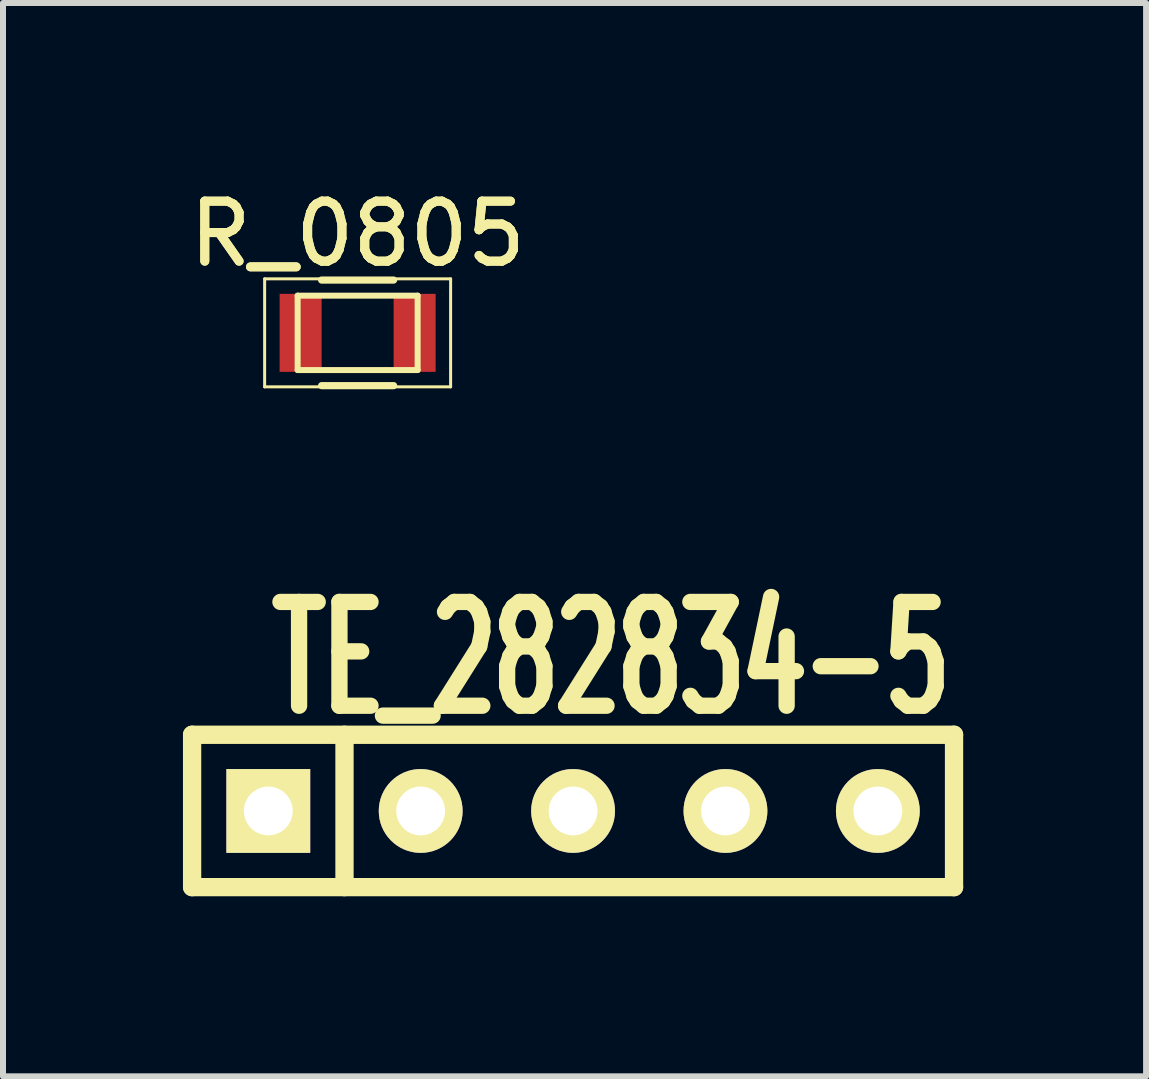
<source format=kicad_pcb>
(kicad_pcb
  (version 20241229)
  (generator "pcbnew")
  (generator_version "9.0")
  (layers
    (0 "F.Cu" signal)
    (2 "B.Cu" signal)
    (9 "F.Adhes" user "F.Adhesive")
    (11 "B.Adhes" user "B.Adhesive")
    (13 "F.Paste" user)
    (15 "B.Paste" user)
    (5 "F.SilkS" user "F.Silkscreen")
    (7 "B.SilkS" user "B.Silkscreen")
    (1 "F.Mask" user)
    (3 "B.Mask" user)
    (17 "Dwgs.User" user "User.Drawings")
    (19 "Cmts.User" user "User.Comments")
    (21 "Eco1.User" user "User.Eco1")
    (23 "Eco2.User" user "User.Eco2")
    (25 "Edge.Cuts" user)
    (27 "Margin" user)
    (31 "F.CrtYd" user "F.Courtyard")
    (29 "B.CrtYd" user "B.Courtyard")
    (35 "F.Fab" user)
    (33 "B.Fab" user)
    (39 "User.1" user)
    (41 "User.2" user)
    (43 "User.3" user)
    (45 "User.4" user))
  (footprint "R_0805"
    (layer "F.Cu")
    (at 2.911 2.498)
    (property "Reference" "R_0805" (at 0 -1.65 0) (layer "F.SilkS") (effects (font (size 1 1) (thickness 0.15))))
    (attr smd)
    (fp_line (start -1.55 -0.9) (end -1.55 0.9) (stroke (width 0.05) (type solid)) (layer "F.SilkS"))
    (fp_line (start -1.55 -0.9) (end 1.55 -0.9) (stroke (width 0.05) (type solid)) (layer "F.SilkS"))
    (fp_line (start -1 -0.62) (end 1 -0.62) (stroke (width 0.1) (type solid)) (layer "F.SilkS"))
    (fp_line (start -1 0.62) (end -1 -0.62) (stroke (width 0.1) (type solid)) (layer "F.SilkS"))
    (fp_line (start -0.6 -0.88) (end 0.6 -0.88) (stroke (width 0.12) (type solid)) (layer "F.SilkS"))
    (fp_line (start 0.6 0.88) (end -0.6 0.88) (stroke (width 0.12) (type solid)) (layer "F.SilkS"))
    (fp_line (start 1 -0.62) (end 1 0.62) (stroke (width 0.1) (type solid)) (layer "F.SilkS"))
    (fp_line (start 1 0.62) (end -1 0.62) (stroke (width 0.1) (type solid)) (layer "F.SilkS"))
    (fp_line (start 1.55 0.9) (end -1.55 0.9) (stroke (width 0.05) (type solid)) (layer "F.SilkS"))
    (fp_line (start 1.55 0.9) (end 1.55 -0.9) (stroke (width 0.05) (type solid)) (layer "F.SilkS"))
    (fp_text user "${REFERENCE}" (at 0 -1.65 0) (layer "F.SilkS") (effects (font (size 1 1) (thickness 0.15))))
    (pad "1" smd rect (at -0.95 0) (size 0.7 1.3) (layers "F.Cu" "F.Mask" "F.Paste"))
    (pad "2" smd rect (at 0.95 0) (size 0.7 1.3) (layers "F.Cu" "F.Mask" "F.Paste")))
  (footprint "TE_282834-5"
    (layer "F.Cu")
    (at 7.772 10.467)
    (property "Reference" "TE_282834-5" (at -0.635 -2.54 0) (layer "F.SilkS") (effects (font (size 1.73 1.087) (thickness 0.305))))
    (attr through_hole)
    (fp_line (start -7.62 -1.27) (end 5.08 -1.27) (stroke (width 0.305) (type solid)) (layer "F.SilkS"))
    (fp_line (start -7.62 1.27) (end -7.62 -1.27) (stroke (width 0.305) (type solid)) (layer "F.SilkS"))
    (fp_line (start -5.08 1.27) (end -5.08 -1.27) (stroke (width 0.305) (type solid)) (layer "F.SilkS"))
    (fp_line (start 5.08 -1.27) (end 5.08 1.27) (stroke (width 0.305) (type solid)) (layer "F.SilkS"))
    (fp_line (start 5.08 1.27) (end -7.62 1.27) (stroke (width 0.305) (type solid)) (layer "F.SilkS"))
    (pad "1" thru_hole rect (at -6.35 0) (size 1.397 1.397) (drill 0.813) (layers "*.Cu" "*.Mask" "F.SilkS"))
    (pad "2" thru_hole circle (at -3.81 0) (size 1.397 1.397) (drill 0.813) (layers "*.Cu" "*.Mask" "F.SilkS"))
    (pad "3" thru_hole circle (at -1.27 0) (size 1.397 1.397) (drill 0.813) (layers "*.Cu" "*.Mask" "F.SilkS"))
    (pad "4" thru_hole circle (at 1.27 0) (size 1.397 1.397) (drill 0.813) (layers "*.Cu" "*.Mask" "F.SilkS"))
    (pad "5" thru_hole circle (at 3.81 0) (size 1.397 1.397) (drill 0.813) (layers "*.Cu" "*.Mask" "F.SilkS")))
  (gr_rect
    (start -3 -3)
    (end 16.053 14.89)
    (stroke (width 0.1) (type default))
    (fill no)
    (layer "Edge.Cuts")))
</source>
